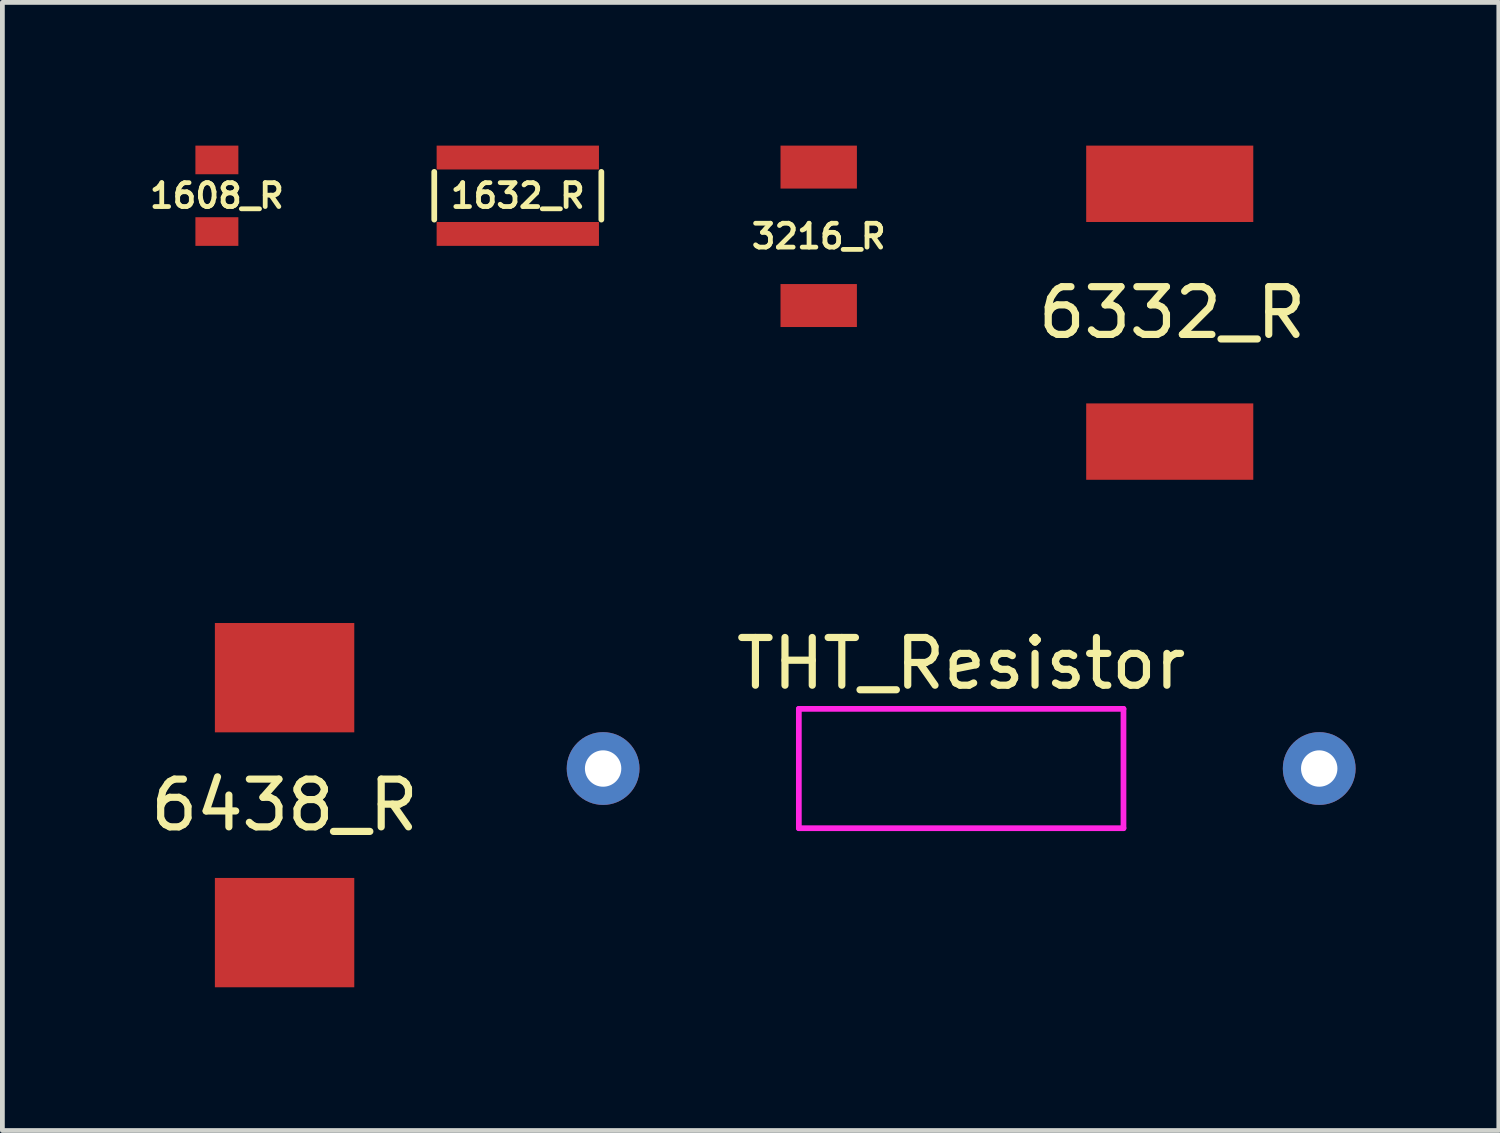
<source format=kicad_pcb>
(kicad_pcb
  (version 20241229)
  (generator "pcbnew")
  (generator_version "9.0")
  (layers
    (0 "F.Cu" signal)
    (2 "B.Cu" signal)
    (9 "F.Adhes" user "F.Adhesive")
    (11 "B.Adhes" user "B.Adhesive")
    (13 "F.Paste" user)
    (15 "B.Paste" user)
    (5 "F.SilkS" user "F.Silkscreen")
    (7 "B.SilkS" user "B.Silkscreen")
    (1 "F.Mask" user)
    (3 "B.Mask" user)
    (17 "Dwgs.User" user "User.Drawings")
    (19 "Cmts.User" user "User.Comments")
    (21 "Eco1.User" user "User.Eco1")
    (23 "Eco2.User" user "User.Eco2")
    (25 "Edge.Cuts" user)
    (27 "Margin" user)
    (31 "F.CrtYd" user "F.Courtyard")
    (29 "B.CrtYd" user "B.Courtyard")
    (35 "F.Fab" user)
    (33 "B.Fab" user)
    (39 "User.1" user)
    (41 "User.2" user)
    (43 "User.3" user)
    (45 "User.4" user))
  (footprint "1632_R"
    (layer "F.Cu")
    (at 7.796 1.05)
    (property "Reference" "1632_R" (at 0 0 0) (layer "F.SilkS") (effects (font (size 0.5 0.5) (thickness 0.1))))
    (attr through_hole)
    (fp_line (start -1.75 -0.5) (end -1.75 0.5) (stroke (width 0.12) (type solid)) (layer "F.SilkS"))
    (fp_line (start 1.75 -0.5) (end 1.75 0.5) (stroke (width 0.12) (type solid)) (layer "F.SilkS"))
    (pad "1" smd rect (at 0 -0.8 180) (size 3.4 0.5) (layers "F.Cu" "F.Mask" "F.Paste"))
    (pad "2" smd rect (at 0 0.8 180) (size 3.4 0.5) (layers "F.Cu" "F.Mask" "F.Paste")))
  (footprint "3216_R"
    (layer "F.Cu")
    (at 14.099 1.9)
    (property "Reference" "3216_R" (at 0 0 0) (layer "F.SilkS") (effects (font (size 0.5 0.5) (thickness 0.1))))
    (attr through_hole)
    (pad "1" smd rect (at 0 -1.45) (size 1.6 0.9) (layers "F.Cu" "F.Mask" "F.Paste"))
    (pad "2" smd rect (at 0 1.45) (size 1.6 0.9) (layers "F.Cu" "F.Mask" "F.Paste")))
  (footprint "6332_R"
    (layer "F.Cu")
    (at 21.452 3.5)
    (property "Reference" "6332_R" (at 0.05 0 0) (layer "F.SilkS") (effects (font (size 1 1) (thickness 0.15))))
    (attr through_hole)
    (pad "1" smd rect (at 0 -2.7) (size 3.5 1.6) (layers "F.Cu" "F.Mask" "F.Paste"))
    (pad "2" smd rect (at 0 2.7) (size 3.5 1.6) (layers "F.Cu" "F.Mask" "F.Paste")))
  (footprint "THT_Resistor"
    (layer "F.Cu")
    (at 17.083 13.048)
    (property "Reference" "THT_Resistor" (at 0 -2.2 0) (layer "F.SilkS") (effects (font (size 1 1) (thickness 0.15))))
    (attr through_hole)
    (fp_line (start -3.4 -1.25) (end -3.4 1.25) (stroke (width 0.12) (type solid)) (layer "F.CrtYd"))
    (fp_line (start -3.4 -1.25) (end 3.4 -1.25) (stroke (width 0.12) (type solid)) (layer "F.CrtYd"))
    (fp_line (start 3.4 -1.25) (end 3.4 1.25) (stroke (width 0.12) (type solid)) (layer "F.CrtYd"))
    (fp_line (start 3.4 1.25) (end -3.4 1.25) (stroke (width 0.12) (type solid)) (layer "F.CrtYd"))
    (pad "1" thru_hole circle (at -7.5 0) (size 1.524 1.524) (drill 0.762) (layers "*.Cu" "*.Mask"))
    (pad "2" thru_hole circle (at 7.5 0) (size 1.524 1.524) (drill 0.762) (layers "*.Cu" "*.Mask")))
  (footprint "1608_R"
    (layer "F.Cu")
    (at 1.493 1.05)
    (property "Reference" "1608_R" (at 0 0 0) (layer "F.SilkS") (effects (font (size 0.5 0.5) (thickness 0.1))))
    (attr through_hole)
    (pad "1" smd rect (at 0 -0.75) (size 0.9 0.6) (layers "F.Cu" "F.Mask" "F.Paste"))
    (pad "2" smd rect (at 0 0.75) (size 0.9 0.6) (layers "F.Cu" "F.Mask" "F.Paste")))
  (footprint "6438_R"
    (layer "F.Cu")
    (at 2.911 13.815)
    (property "Reference" "6438_R" (at 0 0 0) (layer "F.SilkS") (effects (font (size 1 1) (thickness 0.15))))
    (attr through_hole)
    (pad "1" smd rect (at 0 -2.67) (size 2.92 2.29) (layers "F.Cu" "F.Mask" "F.Paste"))
    (pad "2" smd rect (at 0 2.67) (size 2.92 2.29) (layers "F.Cu" "F.Mask" "F.Paste")))
  (gr_rect
    (start -3 -3)
    (end 28.345 20.63)
    (stroke (width 0.1) (type default))
    (fill no)
    (layer "Edge.Cuts")))
</source>
